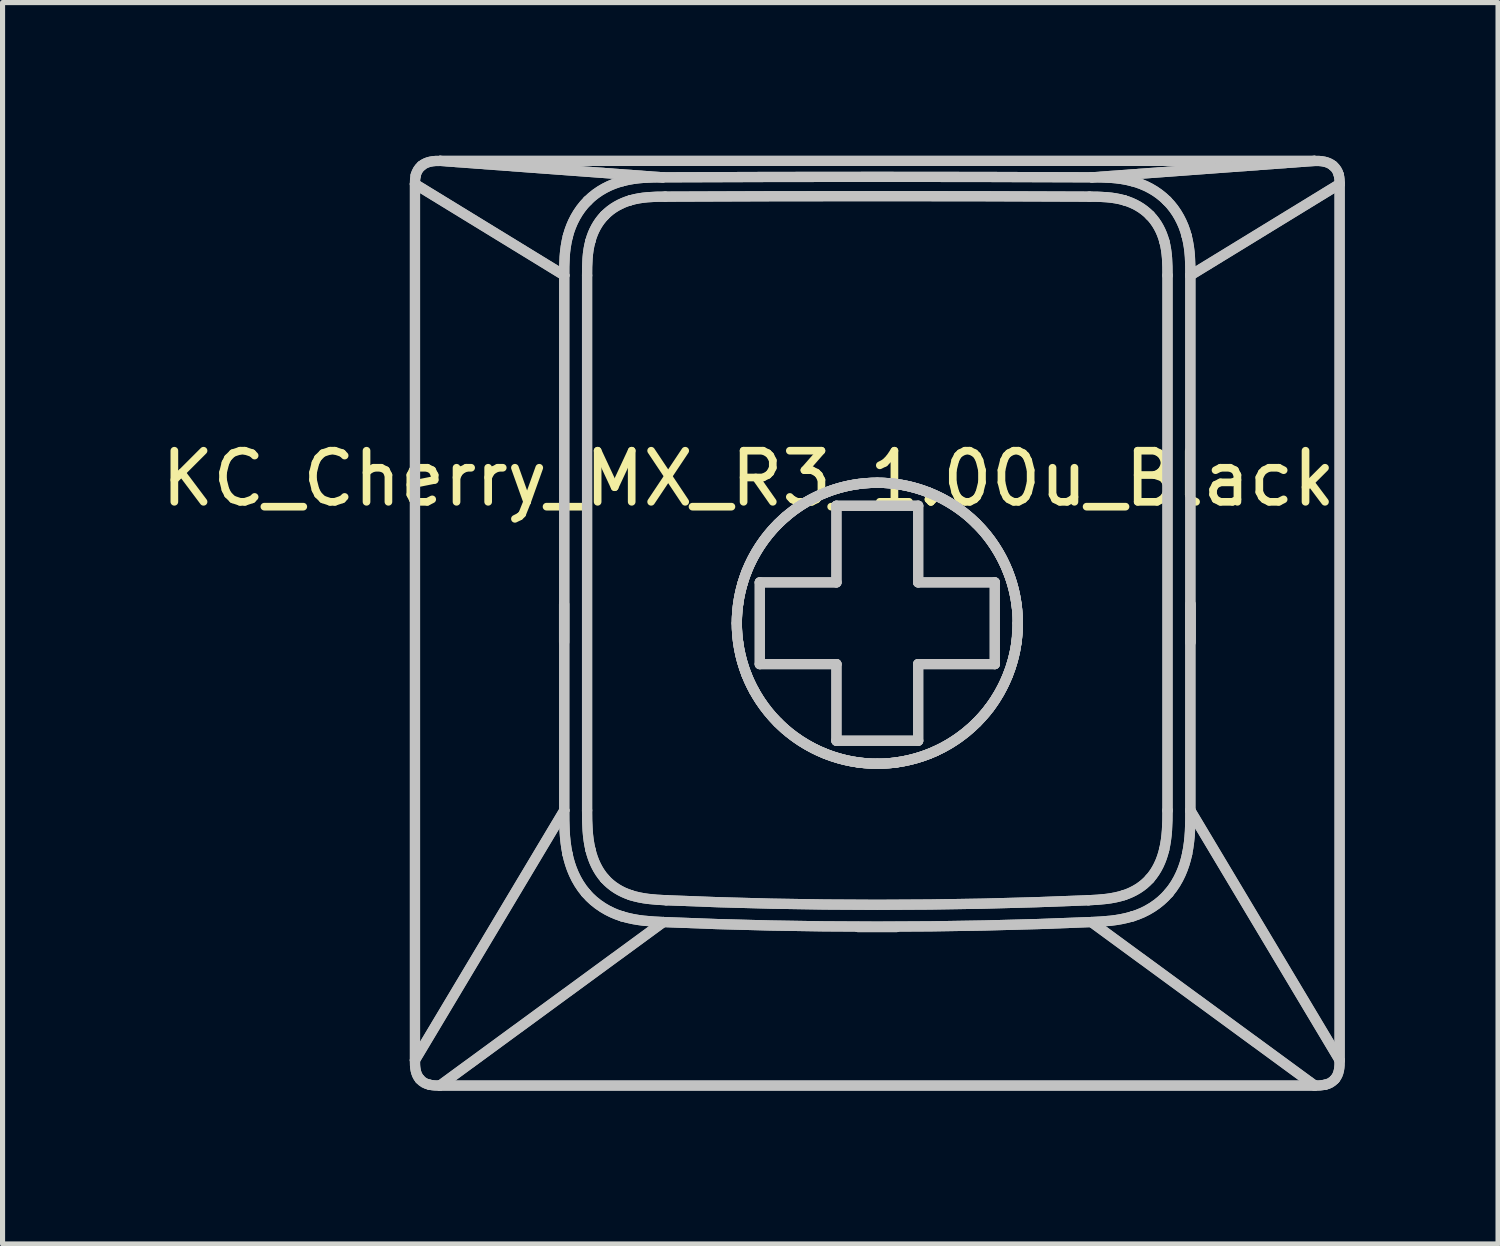
<source format=kicad_pcb>
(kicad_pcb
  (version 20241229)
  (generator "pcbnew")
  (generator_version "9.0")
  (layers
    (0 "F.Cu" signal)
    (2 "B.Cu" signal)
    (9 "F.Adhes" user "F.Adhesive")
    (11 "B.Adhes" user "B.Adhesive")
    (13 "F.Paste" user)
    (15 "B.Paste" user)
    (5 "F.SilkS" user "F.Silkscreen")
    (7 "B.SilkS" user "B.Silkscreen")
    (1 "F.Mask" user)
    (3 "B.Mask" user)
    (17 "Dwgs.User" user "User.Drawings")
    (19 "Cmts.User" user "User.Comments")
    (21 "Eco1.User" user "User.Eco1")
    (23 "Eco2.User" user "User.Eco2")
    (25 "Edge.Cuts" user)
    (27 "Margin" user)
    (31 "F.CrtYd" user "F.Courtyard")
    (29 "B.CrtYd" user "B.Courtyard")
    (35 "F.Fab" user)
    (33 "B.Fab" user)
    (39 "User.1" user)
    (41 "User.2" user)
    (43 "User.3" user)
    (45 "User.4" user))
  (footprint "KC_Cherry_MX_R3_1.00u_Black"
    (layer "F.Cu")
    (at 14.141 9.112)
    (property "Reference" "KC_Cherry_MX_R3_1.00u_Black" (at -2.54 -2.794 0) (layer "F.SilkS") (effects (font (size 1 1) (thickness 0.15))))
    (attr allow_missing_courtyard)
    (fp_line (start -9.068 -8.56) (end -6.146 -6.771) (stroke (width 0.2) (type default)) (layer "Dwgs.User"))
    (fp_line (start -9.068 -8.56) (end -6.146 -6.771) (stroke (width 0.2) (type default)) (layer "Dwgs.User"))
    (fp_line (start -9.068 8.591) (end -9.068 -8.56) (stroke (width 0.2) (type default)) (layer "Dwgs.User"))
    (fp_line (start -9.068 8.591) (end -9.068 -8.56) (stroke (width 0.2) (type default)) (layer "Dwgs.User"))
    (fp_line (start -9.068 8.591) (end -6.146 3.702) (stroke (width 0.2) (type default)) (layer "Dwgs.User"))
    (fp_line (start -9.068 8.591) (end -6.146 3.702) (stroke (width 0.2) (type default)) (layer "Dwgs.User"))
    (fp_line (start -8.58 9.088) (end -4.207 5.887) (stroke (width 0.2) (type default)) (layer "Dwgs.User"))
    (fp_line (start -8.58 9.088) (end -4.207 5.887) (stroke (width 0.2) (type default)) (layer "Dwgs.User"))
    (fp_line (start -8.575 -9.012) (end -4.216 -8.691) (stroke (width 0.2) (type default)) (layer "Dwgs.User"))
    (fp_line (start -8.575 -9.012) (end -4.216 -8.691) (stroke (width 0.2) (type default)) (layer "Dwgs.User"))
    (fp_line (start -8.575 -9.012) (end 8.539 -9.012) (stroke (width 0.2) (type default)) (layer "Dwgs.User"))
    (fp_line (start -8.575 -9.012) (end 8.539 -9.012) (stroke (width 0.2) (type default)) (layer "Dwgs.User"))
    (fp_line (start -6.149 0.412) (end -6.149 -0.338) (stroke (width 0.2) (type default)) (layer "Dwgs.User"))
    (fp_line (start -6.149 0.412) (end -6.149 -0.338) (stroke (width 0.2) (type default)) (layer "Dwgs.User"))
    (fp_line (start -6.146 -6.771) (end -6.146 3.702) (stroke (width 0.2) (type default)) (layer "Dwgs.User"))
    (fp_line (start -6.146 -6.771) (end -6.146 3.702) (stroke (width 0.2) (type default)) (layer "Dwgs.User"))
    (fp_line (start -5.699 -6.771) (end -5.699 3.702) (stroke (width 0.2) (type default)) (layer "Dwgs.User"))
    (fp_line (start -5.699 -6.771) (end -5.699 3.702) (stroke (width 0.2) (type default)) (layer "Dwgs.User"))
    (fp_line (start -2.318 -0.762) (end -0.818 -0.762) (stroke (width 0.2) (type default)) (layer "Dwgs.User"))
    (fp_line (start -2.318 -0.762) (end -0.818 -0.762) (stroke (width 0.2) (type default)) (layer "Dwgs.User"))
    (fp_line (start -2.318 0.838) (end -2.318 -0.762) (stroke (width 0.2) (type default)) (layer "Dwgs.User"))
    (fp_line (start -2.318 0.838) (end -2.318 -0.762) (stroke (width 0.2) (type default)) (layer "Dwgs.User"))
    (fp_line (start -0.818 -2.262) (end 0.782 -2.262) (stroke (width 0.2) (type default)) (layer "Dwgs.User"))
    (fp_line (start -0.818 -2.262) (end 0.782 -2.262) (stroke (width 0.2) (type default)) (layer "Dwgs.User"))
    (fp_line (start -0.818 -0.762) (end -0.818 -2.262) (stroke (width 0.2) (type default)) (layer "Dwgs.User"))
    (fp_line (start -0.818 -0.762) (end -0.818 -2.262) (stroke (width 0.2) (type default)) (layer "Dwgs.User"))
    (fp_line (start -0.818 0.838) (end -2.318 0.838) (stroke (width 0.2) (type default)) (layer "Dwgs.User"))
    (fp_line (start -0.818 0.838) (end -2.318 0.838) (stroke (width 0.2) (type default)) (layer "Dwgs.User"))
    (fp_line (start -0.818 2.338) (end -0.818 0.838) (stroke (width 0.2) (type default)) (layer "Dwgs.User"))
    (fp_line (start -0.818 2.338) (end -0.818 0.838) (stroke (width 0.2) (type default)) (layer "Dwgs.User"))
    (fp_line (start -0.393 5.985) (end 0.357 5.985) (stroke (width 0.2) (type default)) (layer "Dwgs.User"))
    (fp_line (start -0.393 5.985) (end 0.357 5.985) (stroke (width 0.2) (type default)) (layer "Dwgs.User"))
    (fp_line (start 0.782 -2.262) (end 0.782 -0.762) (stroke (width 0.2) (type default)) (layer "Dwgs.User"))
    (fp_line (start 0.782 -2.262) (end 0.782 -0.762) (stroke (width 0.2) (type default)) (layer "Dwgs.User"))
    (fp_line (start 0.782 -0.762) (end 2.282 -0.762) (stroke (width 0.2) (type default)) (layer "Dwgs.User"))
    (fp_line (start 0.782 -0.762) (end 2.282 -0.762) (stroke (width 0.2) (type default)) (layer "Dwgs.User"))
    (fp_line (start 0.782 0.838) (end 0.782 2.338) (stroke (width 0.2) (type default)) (layer "Dwgs.User"))
    (fp_line (start 0.782 0.838) (end 0.782 2.338) (stroke (width 0.2) (type default)) (layer "Dwgs.User"))
    (fp_line (start 0.782 2.338) (end -0.818 2.338) (stroke (width 0.2) (type default)) (layer "Dwgs.User"))
    (fp_line (start 0.782 2.338) (end -0.818 2.338) (stroke (width 0.2) (type default)) (layer "Dwgs.User"))
    (fp_line (start 2.282 -0.762) (end 2.282 0.838) (stroke (width 0.2) (type default)) (layer "Dwgs.User"))
    (fp_line (start 2.282 -0.762) (end 2.282 0.838) (stroke (width 0.2) (type default)) (layer "Dwgs.User"))
    (fp_line (start 2.282 0.838) (end 0.782 0.838) (stroke (width 0.2) (type default)) (layer "Dwgs.User"))
    (fp_line (start 2.282 0.838) (end 0.782 0.838) (stroke (width 0.2) (type default)) (layer "Dwgs.User"))
    (fp_line (start 2.707 0.412) (end 2.732 0.038) (stroke (width 0.2) (type default)) (layer "Dwgs.User"))
    (fp_line (start 4.181 -8.691) (end 8.539 -9.012) (stroke (width 0.2) (type default)) (layer "Dwgs.User"))
    (fp_line (start 4.181 -8.691) (end 8.539 -9.012) (stroke (width 0.2) (type default)) (layer "Dwgs.User"))
    (fp_line (start 5.663 3.702) (end 5.663 -6.771) (stroke (width 0.2) (type default)) (layer "Dwgs.User"))
    (fp_line (start 5.663 3.702) (end 5.663 -6.771) (stroke (width 0.2) (type default)) (layer "Dwgs.User"))
    (fp_line (start 6.11 -6.771) (end 9.032 -8.56) (stroke (width 0.2) (type default)) (layer "Dwgs.User"))
    (fp_line (start 6.11 -6.771) (end 9.032 -8.56) (stroke (width 0.2) (type default)) (layer "Dwgs.User"))
    (fp_line (start 6.11 3.702) (end 6.11 -6.771) (stroke (width 0.2) (type default)) (layer "Dwgs.User"))
    (fp_line (start 6.11 3.702) (end 6.11 -6.771) (stroke (width 0.2) (type default)) (layer "Dwgs.User"))
    (fp_line (start 6.113 0.412) (end 6.113 -0.338) (stroke (width 0.2) (type default)) (layer "Dwgs.User"))
    (fp_line (start 6.113 0.412) (end 6.113 -0.338) (stroke (width 0.2) (type default)) (layer "Dwgs.User"))
    (fp_line (start 8.544 9.088) (end -8.58 9.088) (stroke (width 0.2) (type default)) (layer "Dwgs.User"))
    (fp_line (start 8.544 9.088) (end -8.58 9.088) (stroke (width 0.2) (type default)) (layer "Dwgs.User"))
    (fp_line (start 8.544 9.088) (end 4.172 5.887) (stroke (width 0.2) (type default)) (layer "Dwgs.User"))
    (fp_line (start 8.544 9.088) (end 4.172 5.887) (stroke (width 0.2) (type default)) (layer "Dwgs.User"))
    (fp_line (start 9.032 -8.56) (end 9.032 8.591) (stroke (width 0.2) (type default)) (layer "Dwgs.User"))
    (fp_line (start 9.032 -8.56) (end 9.032 8.591) (stroke (width 0.2) (type default)) (layer "Dwgs.User"))
    (fp_line (start 9.032 8.591) (end 6.11 3.702) (stroke (width 0.2) (type default)) (layer "Dwgs.User"))
    (fp_line (start 9.032 8.591) (end 6.11 3.702) (stroke (width 0.2) (type default)) (layer "Dwgs.User"))
    (fp_curve (pts (xy -9.068 -8.56) (xy -9.07 -8.619) (xy -9.065 -8.678) (xy -9.052 -8.736)) (stroke (width 0.2) (type default)) (layer "Dwgs.User"))
    (fp_curve (pts (xy -9.068 -8.56) (xy -9.07 -8.619) (xy -9.065 -8.678) (xy -9.052 -8.736)) (stroke (width 0.2) (type default)) (layer "Dwgs.User"))
    (fp_curve (pts (xy -9.052 -8.736) (xy -9.033 -8.809) (xy -8.995 -8.87) (xy -8.938 -8.918)) (stroke (width 0.2) (type default)) (layer "Dwgs.User"))
    (fp_curve (pts (xy -9.052 -8.736) (xy -9.033 -8.809) (xy -8.995 -8.87) (xy -8.938 -8.918)) (stroke (width 0.2) (type default)) (layer "Dwgs.User"))
    (fp_curve (pts (xy -8.974 8.961) (xy -9.062 8.86) (xy -9.07 8.719) (xy -9.068 8.591)) (stroke (width 0.2) (type default)) (layer "Dwgs.User"))
    (fp_curve (pts (xy -8.974 8.961) (xy -9.062 8.86) (xy -9.07 8.719) (xy -9.068 8.591)) (stroke (width 0.2) (type default)) (layer "Dwgs.User"))
    (fp_curve (pts (xy -8.938 -8.918) (xy -8.837 -9.002) (xy -8.701 -9.015) (xy -8.575 -9.012)) (stroke (width 0.2) (type default)) (layer "Dwgs.User"))
    (fp_curve (pts (xy -8.938 -8.918) (xy -8.837 -9.002) (xy -8.701 -9.015) (xy -8.575 -9.012)) (stroke (width 0.2) (type default)) (layer "Dwgs.User"))
    (fp_curve (pts (xy -8.78 9.072) (xy -8.857 9.057) (xy -8.922 9.02) (xy -8.974 8.961)) (stroke (width 0.2) (type default)) (layer "Dwgs.User"))
    (fp_curve (pts (xy -8.78 9.072) (xy -8.857 9.057) (xy -8.922 9.02) (xy -8.974 8.961)) (stroke (width 0.2) (type default)) (layer "Dwgs.User"))
    (fp_curve (pts (xy -8.58 9.088) (xy -8.647 9.09) (xy -8.714 9.085) (xy -8.78 9.072)) (stroke (width 0.2) (type default)) (layer "Dwgs.User"))
    (fp_curve (pts (xy -8.58 9.088) (xy -8.647 9.09) (xy -8.714 9.085) (xy -8.78 9.072)) (stroke (width 0.2) (type default)) (layer "Dwgs.User"))
    (fp_curve (pts (xy -6.146 -6.771) (xy -6.146 -6.995) (xy -6.148 -7.259) (xy -6.074 -7.542)) (stroke (width 0.2) (type default)) (layer "Dwgs.User"))
    (fp_curve (pts (xy -6.146 -6.771) (xy -6.146 -6.995) (xy -6.148 -7.259) (xy -6.074 -7.542)) (stroke (width 0.2) (type default)) (layer "Dwgs.User"))
    (fp_curve (pts (xy -6.082 4.557) (xy -6.147 4.248) (xy -6.145 3.961) (xy -6.146 3.702)) (stroke (width 0.2) (type default)) (layer "Dwgs.User"))
    (fp_curve (pts (xy -6.082 4.557) (xy -6.147 4.248) (xy -6.145 3.961) (xy -6.146 3.702)) (stroke (width 0.2) (type default)) (layer "Dwgs.User"))
    (fp_curve (pts (xy -6.074 -7.542) (xy -6.011 -7.787) (xy -5.881 -8.04) (xy -5.687 -8.232)) (stroke (width 0.2) (type default)) (layer "Dwgs.User"))
    (fp_curve (pts (xy -6.074 -7.542) (xy -6.011 -7.787) (xy -5.881 -8.04) (xy -5.687 -8.232)) (stroke (width 0.2) (type default)) (layer "Dwgs.User"))
    (fp_curve (pts (xy -5.724 5.317) (xy -5.923 5.084) (xy -6.029 4.809) (xy -6.082 4.557)) (stroke (width 0.2) (type default)) (layer "Dwgs.User"))
    (fp_curve (pts (xy -5.724 5.317) (xy -5.923 5.084) (xy -6.029 4.809) (xy -6.082 4.557)) (stroke (width 0.2) (type default)) (layer "Dwgs.User"))
    (fp_curve (pts (xy -5.699 -6.771) (xy -5.699 -6.995) (xy -5.695 -7.223) (xy -5.635 -7.44)) (stroke (width 0.2) (type default)) (layer "Dwgs.User"))
    (fp_curve (pts (xy -5.699 -6.771) (xy -5.699 -6.995) (xy -5.695 -7.223) (xy -5.635 -7.44)) (stroke (width 0.2) (type default)) (layer "Dwgs.User"))
    (fp_curve (pts (xy -5.687 -8.232) (xy -5.491 -8.43) (xy -5.24 -8.556) (xy -4.999 -8.617)) (stroke (width 0.2) (type default)) (layer "Dwgs.User"))
    (fp_curve (pts (xy -5.687 -8.232) (xy -5.491 -8.43) (xy -5.24 -8.556) (xy -4.999 -8.617)) (stroke (width 0.2) (type default)) (layer "Dwgs.User"))
    (fp_curve (pts (xy -5.635 -7.44) (xy -5.585 -7.629) (xy -5.491 -7.807) (xy -5.356 -7.945)) (stroke (width 0.2) (type default)) (layer "Dwgs.User"))
    (fp_curve (pts (xy -5.635 -7.44) (xy -5.585 -7.629) (xy -5.491 -7.807) (xy -5.356 -7.945)) (stroke (width 0.2) (type default)) (layer "Dwgs.User"))
    (fp_curve (pts (xy -5.632 4.475) (xy -5.693 4.223) (xy -5.699 3.961) (xy -5.699 3.702)) (stroke (width 0.2) (type default)) (layer "Dwgs.User"))
    (fp_curve (pts (xy -5.632 4.475) (xy -5.693 4.223) (xy -5.699 3.961) (xy -5.699 3.702)) (stroke (width 0.2) (type default)) (layer "Dwgs.User"))
    (fp_curve (pts (xy -5.356 -7.945) (xy -5.218 -8.088) (xy -5.041 -8.186) (xy -4.853 -8.241)) (stroke (width 0.2) (type default)) (layer "Dwgs.User"))
    (fp_curve (pts (xy -5.356 -7.945) (xy -5.218 -8.088) (xy -5.041 -8.186) (xy -4.853 -8.241)) (stroke (width 0.2) (type default)) (layer "Dwgs.User"))
    (fp_curve (pts (xy -5.351 5.039) (xy -5.492 4.881) (xy -5.582 4.682) (xy -5.632 4.475)) (stroke (width 0.2) (type default)) (layer "Dwgs.User"))
    (fp_curve (pts (xy -5.351 5.039) (xy -5.492 4.881) (xy -5.582 4.682) (xy -5.632 4.475)) (stroke (width 0.2) (type default)) (layer "Dwgs.User"))
    (fp_curve (pts (xy -5.019 5.774) (xy -5.269 5.699) (xy -5.535 5.541) (xy -5.724 5.317)) (stroke (width 0.2) (type default)) (layer "Dwgs.User"))
    (fp_curve (pts (xy -5.019 5.774) (xy -5.269 5.699) (xy -5.535 5.541) (xy -5.724 5.317)) (stroke (width 0.2) (type default)) (layer "Dwgs.User"))
    (fp_curve (pts (xy -4.999 -8.617) (xy -4.715 -8.691) (xy -4.448 -8.689) (xy -4.216 -8.691)) (stroke (width 0.2) (type default)) (layer "Dwgs.User"))
    (fp_curve (pts (xy -4.999 -8.617) (xy -4.715 -8.691) (xy -4.448 -8.689) (xy -4.216 -8.691)) (stroke (width 0.2) (type default)) (layer "Dwgs.User"))
    (fp_curve (pts (xy -4.853 -8.241) (xy -4.632 -8.305) (xy -4.399 -8.313) (xy -4.169 -8.313)) (stroke (width 0.2) (type default)) (layer "Dwgs.User"))
    (fp_curve (pts (xy -4.853 -8.241) (xy -4.632 -8.305) (xy -4.399 -8.313) (xy -4.169 -8.313)) (stroke (width 0.2) (type default)) (layer "Dwgs.User"))
    (fp_curve (pts (xy -4.851 5.359) (xy -5.04 5.297) (xy -5.217 5.19) (xy -5.351 5.039)) (stroke (width 0.2) (type default)) (layer "Dwgs.User"))
    (fp_curve (pts (xy -4.851 5.359) (xy -5.04 5.297) (xy -5.217 5.19) (xy -5.351 5.039)) (stroke (width 0.2) (type default)) (layer "Dwgs.User"))
    (fp_curve (pts (xy -4.207 5.887) (xy -4.446 5.875) (xy -4.72 5.866) (xy -5.019 5.774)) (stroke (width 0.2) (type default)) (layer "Dwgs.User"))
    (fp_curve (pts (xy -4.207 5.887) (xy -4.446 5.875) (xy -4.72 5.866) (xy -5.019 5.774)) (stroke (width 0.2) (type default)) (layer "Dwgs.User"))
    (fp_curve (pts (xy -4.207 5.887) (xy -1.43 6.007) (xy 1.395 6.007) (xy 4.172 5.887)) (stroke (width 0.2) (type default)) (layer "Dwgs.User"))
    (fp_curve (pts (xy -4.207 5.887) (xy -1.43 6.007) (xy 1.395 6.007) (xy 4.172 5.887)) (stroke (width 0.2) (type default)) (layer "Dwgs.User"))
    (fp_curve (pts (xy -4.151 5.46) (xy -4.387 5.45) (xy -4.626 5.433) (xy -4.851 5.359)) (stroke (width 0.2) (type default)) (layer "Dwgs.User"))
    (fp_curve (pts (xy -4.151 5.46) (xy -4.387 5.45) (xy -4.626 5.433) (xy -4.851 5.359)) (stroke (width 0.2) (type default)) (layer "Dwgs.User"))
    (fp_curve (pts (xy -4.151 5.46) (xy -1.411 5.579) (xy 1.376 5.579) (xy 4.116 5.46)) (stroke (width 0.2) (type default)) (layer "Dwgs.User"))
    (fp_curve (pts (xy -4.151 5.46) (xy -1.411 5.579) (xy 1.376 5.579) (xy 4.116 5.46)) (stroke (width 0.2) (type default)) (layer "Dwgs.User"))
    (fp_curve (pts (xy -2.768 0.038) (xy -2.768 0.361) (xy -2.709 0.711) (xy -2.575 1.05)) (stroke (width 0.2) (type default)) (layer "Dwgs.User"))
    (fp_curve (pts (xy -2.768 0.038) (xy -2.768 0.361) (xy -2.709 0.711) (xy -2.575 1.05)) (stroke (width 0.2) (type default)) (layer "Dwgs.User"))
    (fp_curve (pts (xy -2.742 -0.338) (xy -2.776 -0.088) (xy -2.776 0.162) (xy -2.742 0.412)) (stroke (width 0.2) (type default)) (layer "Dwgs.User"))
    (fp_curve (pts (xy -2.742 -0.338) (xy -2.776 -0.088) (xy -2.776 0.162) (xy -2.742 0.412)) (stroke (width 0.2) (type default)) (layer "Dwgs.User"))
    (fp_curve (pts (xy -2.742 -0.338) (xy -2.722 -0.48) (xy -2.693 -0.617) (xy -2.653 -0.749)) (stroke (width 0.2) (type default)) (layer "Dwgs.User"))
    (fp_curve (pts (xy -2.742 -0.338) (xy -2.722 -0.48) (xy -2.693 -0.617) (xy -2.653 -0.749)) (stroke (width 0.2) (type default)) (layer "Dwgs.User"))
    (fp_curve (pts (xy -2.653 -0.749) (xy -2.514 -1.224) (xy -2.22 -1.7) (xy -1.808 -2.05)) (stroke (width 0.2) (type default)) (layer "Dwgs.User"))
    (fp_curve (pts (xy -2.653 -0.749) (xy -2.514 -1.224) (xy -2.22 -1.7) (xy -1.808 -2.05)) (stroke (width 0.2) (type default)) (layer "Dwgs.User"))
    (fp_curve (pts (xy -2.575 -0.975) (xy -2.709 -0.636) (xy -2.768 -0.286) (xy -2.768 0.038)) (stroke (width 0.2) (type default)) (layer "Dwgs.User"))
    (fp_curve (pts (xy -2.575 -0.975) (xy -2.709 -0.636) (xy -2.768 -0.286) (xy -2.768 0.038)) (stroke (width 0.2) (type default)) (layer "Dwgs.User"))
    (fp_curve (pts (xy -2.575 1.05) (xy -2.441 1.389) (xy -2.231 1.714) (xy -1.962 1.982)) (stroke (width 0.2) (type default)) (layer "Dwgs.User"))
    (fp_curve (pts (xy -2.575 1.05) (xy -2.441 1.389) (xy -2.231 1.714) (xy -1.962 1.982)) (stroke (width 0.2) (type default)) (layer "Dwgs.User"))
    (fp_curve (pts (xy -2.428 1.362) (xy -2.589 1.071) (xy -2.697 0.744) (xy -2.742 0.412)) (stroke (width 0.2) (type default)) (layer "Dwgs.User"))
    (fp_curve (pts (xy -2.428 1.362) (xy -2.589 1.071) (xy -2.697 0.744) (xy -2.742 0.412)) (stroke (width 0.2) (type default)) (layer "Dwgs.User"))
    (fp_curve (pts (xy -1.962 -1.907) (xy -2.231 -1.639) (xy -2.441 -1.313) (xy -2.575 -0.975)) (stroke (width 0.2) (type default)) (layer "Dwgs.User"))
    (fp_curve (pts (xy -1.962 -1.907) (xy -2.231 -1.639) (xy -2.441 -1.313) (xy -2.575 -0.975)) (stroke (width 0.2) (type default)) (layer "Dwgs.User"))
    (fp_curve (pts (xy -1.962 1.982) (xy -1.694 2.251) (xy -1.369 2.461) (xy -1.03 2.595)) (stroke (width 0.2) (type default)) (layer "Dwgs.User"))
    (fp_curve (pts (xy -1.962 1.982) (xy -1.694 2.251) (xy -1.369 2.461) (xy -1.03 2.595)) (stroke (width 0.2) (type default)) (layer "Dwgs.User"))
    (fp_curve (pts (xy -1.825 2.111) (xy -2.058 1.908) (xy -2.268 1.653) (xy -2.428 1.362)) (stroke (width 0.2) (type default)) (layer "Dwgs.User"))
    (fp_curve (pts (xy -1.825 2.111) (xy -2.058 1.908) (xy -2.268 1.653) (xy -2.428 1.362)) (stroke (width 0.2) (type default)) (layer "Dwgs.User"))
    (fp_curve (pts (xy -1.808 -2.05) (xy -1.399 -2.404) (xy -0.884 -2.622) (xy -0.393 -2.687)) (stroke (width 0.2) (type default)) (layer "Dwgs.User"))
    (fp_curve (pts (xy -1.808 -2.05) (xy -1.399 -2.404) (xy -0.884 -2.622) (xy -0.393 -2.687)) (stroke (width 0.2) (type default)) (layer "Dwgs.User"))
    (fp_curve (pts (xy -1.03 -2.519) (xy -1.369 -2.386) (xy -1.694 -2.176) (xy -1.962 -1.907)) (stroke (width 0.2) (type default)) (layer "Dwgs.User"))
    (fp_curve (pts (xy -1.03 -2.519) (xy -1.369 -2.386) (xy -1.694 -2.176) (xy -1.962 -1.907)) (stroke (width 0.2) (type default)) (layer "Dwgs.User"))
    (fp_curve (pts (xy -1.03 2.595) (xy -0.691 2.729) (xy -0.342 2.788) (xy -0.018 2.788)) (stroke (width 0.2) (type default)) (layer "Dwgs.User"))
    (fp_curve (pts (xy -1.03 2.595) (xy -0.691 2.729) (xy -0.342 2.788) (xy -0.018 2.788)) (stroke (width 0.2) (type default)) (layer "Dwgs.User"))
    (fp_curve (pts (xy -0.393 2.762) (xy -0.936 2.69) (xy -1.448 2.443) (xy -1.825 2.111)) (stroke (width 0.2) (type default)) (layer "Dwgs.User"))
    (fp_curve (pts (xy -0.393 2.762) (xy -0.936 2.69) (xy -1.448 2.443) (xy -1.825 2.111)) (stroke (width 0.2) (type default)) (layer "Dwgs.User"))
    (fp_curve (pts (xy -0.018 -2.712) (xy -0.342 -2.713) (xy -0.691 -2.654) (xy -1.03 -2.519)) (stroke (width 0.2) (type default)) (layer "Dwgs.User"))
    (fp_curve (pts (xy -0.018 -2.712) (xy -0.342 -2.713) (xy -0.691 -2.654) (xy -1.03 -2.519)) (stroke (width 0.2) (type default)) (layer "Dwgs.User"))
    (fp_curve (pts (xy -0.018 2.788) (xy 0.306 2.788) (xy 0.656 2.729) (xy 0.994 2.595)) (stroke (width 0.2) (type default)) (layer "Dwgs.User"))
    (fp_curve (pts (xy -0.018 2.788) (xy 0.306 2.788) (xy 0.656 2.729) (xy 0.994 2.595)) (stroke (width 0.2) (type default)) (layer "Dwgs.User"))
    (fp_curve (pts (xy 0.357 -2.687) (xy 0.107 -2.721) (xy -0.143 -2.721) (xy -0.393 -2.687)) (stroke (width 0.2) (type default)) (layer "Dwgs.User"))
    (fp_curve (pts (xy 0.357 -2.687) (xy 0.107 -2.721) (xy -0.143 -2.721) (xy -0.393 -2.687)) (stroke (width 0.2) (type default)) (layer "Dwgs.User"))
    (fp_curve (pts (xy 0.357 -2.687) (xy 0.892 -2.617) (xy 1.472 -2.359) (xy 1.911 -1.922)) (stroke (width 0.2) (type default)) (layer "Dwgs.User"))
    (fp_curve (pts (xy 0.357 -2.687) (xy 0.892 -2.617) (xy 1.472 -2.359) (xy 1.911 -1.922)) (stroke (width 0.2) (type default)) (layer "Dwgs.User"))
    (fp_curve (pts (xy 0.357 2.762) (xy 0.107 2.796) (xy -0.143 2.796) (xy -0.393 2.762)) (stroke (width 0.2) (type default)) (layer "Dwgs.User"))
    (fp_curve (pts (xy 0.357 2.762) (xy 0.107 2.796) (xy -0.143 2.796) (xy -0.393 2.762)) (stroke (width 0.2) (type default)) (layer "Dwgs.User"))
    (fp_curve (pts (xy 0.994 -2.519) (xy 0.656 -2.654) (xy 0.306 -2.713) (xy -0.018 -2.712)) (stroke (width 0.2) (type default)) (layer "Dwgs.User"))
    (fp_curve (pts (xy 0.994 -2.519) (xy 0.656 -2.654) (xy 0.306 -2.713) (xy -0.018 -2.712)) (stroke (width 0.2) (type default)) (layer "Dwgs.User"))
    (fp_curve (pts (xy 0.994 2.595) (xy 1.333 2.461) (xy 1.658 2.251) (xy 1.927 1.982)) (stroke (width 0.2) (type default)) (layer "Dwgs.User"))
    (fp_curve (pts (xy 0.994 2.595) (xy 1.333 2.461) (xy 1.658 2.251) (xy 1.927 1.982)) (stroke (width 0.2) (type default)) (layer "Dwgs.User"))
    (fp_curve (pts (xy 1.121 2.541) (xy 0.885 2.649) (xy 0.63 2.723) (xy 0.357 2.762)) (stroke (width 0.2) (type default)) (layer "Dwgs.User"))
    (fp_curve (pts (xy 1.121 2.541) (xy 0.885 2.649) (xy 0.63 2.723) (xy 0.357 2.762)) (stroke (width 0.2) (type default)) (layer "Dwgs.User"))
    (fp_curve (pts (xy 1.911 -1.922) (xy 2.355 -1.491) (xy 2.634 -0.899) (xy 2.706 -0.338)) (stroke (width 0.2) (type default)) (layer "Dwgs.User"))
    (fp_curve (pts (xy 1.911 -1.922) (xy 2.355 -1.491) (xy 2.634 -0.899) (xy 2.706 -0.338)) (stroke (width 0.2) (type default)) (layer "Dwgs.User"))
    (fp_curve (pts (xy 1.927 -1.907) (xy 1.658 -2.176) (xy 1.333 -2.386) (xy 0.994 -2.519)) (stroke (width 0.2) (type default)) (layer "Dwgs.User"))
    (fp_curve (pts (xy 1.927 -1.907) (xy 1.658 -2.176) (xy 1.333 -2.386) (xy 0.994 -2.519)) (stroke (width 0.2) (type default)) (layer "Dwgs.User"))
    (fp_curve (pts (xy 1.927 1.982) (xy 2.196 1.714) (xy 2.406 1.389) (xy 2.539 1.05)) (stroke (width 0.2) (type default)) (layer "Dwgs.User"))
    (fp_curve (pts (xy 1.927 1.982) (xy 2.196 1.714) (xy 2.406 1.389) (xy 2.539 1.05)) (stroke (width 0.2) (type default)) (layer "Dwgs.User"))
    (fp_curve (pts (xy 2.18 1.691) (xy 1.897 2.069) (xy 1.517 2.363) (xy 1.121 2.541)) (stroke (width 0.2) (type default)) (layer "Dwgs.User"))
    (fp_curve (pts (xy 2.18 1.691) (xy 1.897 2.069) (xy 1.517 2.363) (xy 1.121 2.541)) (stroke (width 0.2) (type default)) (layer "Dwgs.User"))
    (fp_curve (pts (xy 2.539 -0.975) (xy 2.406 -1.313) (xy 2.196 -1.639) (xy 1.927 -1.907)) (stroke (width 0.2) (type default)) (layer "Dwgs.User"))
    (fp_curve (pts (xy 2.539 -0.975) (xy 2.406 -1.313) (xy 2.196 -1.639) (xy 1.927 -1.907)) (stroke (width 0.2) (type default)) (layer "Dwgs.User"))
    (fp_curve (pts (xy 2.539 1.05) (xy 2.674 0.711) (xy 2.733 0.361) (xy 2.732 0.038)) (stroke (width 0.2) (type default)) (layer "Dwgs.User"))
    (fp_curve (pts (xy 2.539 1.05) (xy 2.674 0.711) (xy 2.733 0.361) (xy 2.732 0.038)) (stroke (width 0.2) (type default)) (layer "Dwgs.User"))
    (fp_curve (pts (xy 2.706 -0.338) (xy 2.724 -0.213) (xy 2.732 -0.088) (xy 2.732 0.038)) (stroke (width 0.2) (type default)) (layer "Dwgs.User"))
    (fp_curve (pts (xy 2.706 -0.338) (xy 2.724 -0.213) (xy 2.732 -0.088) (xy 2.732 0.038)) (stroke (width 0.2) (type default)) (layer "Dwgs.User"))
    (fp_curve (pts (xy 2.707 0.412) (xy 2.647 0.858) (xy 2.465 1.314) (xy 2.18 1.691)) (stroke (width 0.2) (type default)) (layer "Dwgs.User"))
    (fp_curve (pts (xy 2.707 0.412) (xy 2.647 0.858) (xy 2.465 1.314) (xy 2.18 1.691)) (stroke (width 0.2) (type default)) (layer "Dwgs.User"))
    (fp_curve (pts (xy 2.732 0.038) (xy 2.733 -0.286) (xy 2.674 -0.636) (xy 2.539 -0.975)) (stroke (width 0.2) (type default)) (layer "Dwgs.User"))
    (fp_curve (pts (xy 2.732 0.038) (xy 2.733 -0.286) (xy 2.674 -0.636) (xy 2.539 -0.975)) (stroke (width 0.2) (type default)) (layer "Dwgs.User"))
    (fp_curve (pts (xy 2.732 0.038) (xy 2.732 0.163) (xy 2.724 0.288) (xy 2.707 0.412)) (stroke (width 0.2) (type default)) (layer "Dwgs.User"))
    (fp_curve (pts (xy 2.732 0.038) (xy 2.732 0.163) (xy 2.724 0.288) (xy 2.707 0.412)) (stroke (width 0.2) (type default)) (layer "Dwgs.User"))
    (fp_curve (pts (xy 4.134 -8.313) (xy 1.38 -8.326) (xy -1.416 -8.326) (xy -4.169 -8.313)) (stroke (width 0.2) (type default)) (layer "Dwgs.User"))
    (fp_curve (pts (xy 4.134 -8.313) (xy 1.38 -8.326) (xy -1.416 -8.326) (xy -4.169 -8.313)) (stroke (width 0.2) (type default)) (layer "Dwgs.User"))
    (fp_curve (pts (xy 4.134 -8.313) (xy 4.363 -8.313) (xy 4.596 -8.305) (xy 4.817 -8.241)) (stroke (width 0.2) (type default)) (layer "Dwgs.User"))
    (fp_curve (pts (xy 4.134 -8.313) (xy 4.363 -8.313) (xy 4.596 -8.305) (xy 4.817 -8.241)) (stroke (width 0.2) (type default)) (layer "Dwgs.User"))
    (fp_curve (pts (xy 4.181 -8.691) (xy 1.396 -8.703) (xy -1.432 -8.703) (xy -4.216 -8.691)) (stroke (width 0.2) (type default)) (layer "Dwgs.User"))
    (fp_curve (pts (xy 4.181 -8.691) (xy 1.396 -8.703) (xy -1.432 -8.703) (xy -4.216 -8.691)) (stroke (width 0.2) (type default)) (layer "Dwgs.User"))
    (fp_curve (pts (xy 4.181 -8.691) (xy 4.413 -8.689) (xy 4.68 -8.691) (xy 4.964 -8.617)) (stroke (width 0.2) (type default)) (layer "Dwgs.User"))
    (fp_curve (pts (xy 4.181 -8.691) (xy 4.413 -8.689) (xy 4.68 -8.691) (xy 4.964 -8.617)) (stroke (width 0.2) (type default)) (layer "Dwgs.User"))
    (fp_curve (pts (xy 4.815 5.359) (xy 4.59 5.433) (xy 4.352 5.45) (xy 4.116 5.46)) (stroke (width 0.2) (type default)) (layer "Dwgs.User"))
    (fp_curve (pts (xy 4.815 5.359) (xy 4.59 5.433) (xy 4.352 5.45) (xy 4.116 5.46)) (stroke (width 0.2) (type default)) (layer "Dwgs.User"))
    (fp_curve (pts (xy 4.817 -8.241) (xy 5.005 -8.186) (xy 5.182 -8.088) (xy 5.32 -7.945)) (stroke (width 0.2) (type default)) (layer "Dwgs.User"))
    (fp_curve (pts (xy 4.817 -8.241) (xy 5.005 -8.186) (xy 5.182 -8.088) (xy 5.32 -7.945)) (stroke (width 0.2) (type default)) (layer "Dwgs.User"))
    (fp_curve (pts (xy 4.964 -8.617) (xy 5.205 -8.556) (xy 5.455 -8.43) (xy 5.652 -8.232)) (stroke (width 0.2) (type default)) (layer "Dwgs.User"))
    (fp_curve (pts (xy 4.964 -8.617) (xy 5.205 -8.556) (xy 5.455 -8.43) (xy 5.652 -8.232)) (stroke (width 0.2) (type default)) (layer "Dwgs.User"))
    (fp_curve (pts (xy 4.983 5.774) (xy 4.685 5.866) (xy 4.411 5.875) (xy 4.172 5.887)) (stroke (width 0.2) (type default)) (layer "Dwgs.User"))
    (fp_curve (pts (xy 4.983 5.774) (xy 4.685 5.866) (xy 4.411 5.875) (xy 4.172 5.887)) (stroke (width 0.2) (type default)) (layer "Dwgs.User"))
    (fp_curve (pts (xy 5.315 5.039) (xy 5.182 5.19) (xy 5.005 5.297) (xy 4.815 5.359)) (stroke (width 0.2) (type default)) (layer "Dwgs.User"))
    (fp_curve (pts (xy 5.315 5.039) (xy 5.182 5.19) (xy 5.005 5.297) (xy 4.815 5.359)) (stroke (width 0.2) (type default)) (layer "Dwgs.User"))
    (fp_curve (pts (xy 5.32 -7.945) (xy 5.456 -7.807) (xy 5.549 -7.629) (xy 5.6 -7.44)) (stroke (width 0.2) (type default)) (layer "Dwgs.User"))
    (fp_curve (pts (xy 5.32 -7.945) (xy 5.456 -7.807) (xy 5.549 -7.629) (xy 5.6 -7.44)) (stroke (width 0.2) (type default)) (layer "Dwgs.User"))
    (fp_curve (pts (xy 5.596 4.475) (xy 5.547 4.682) (xy 5.456 4.881) (xy 5.315 5.039)) (stroke (width 0.2) (type default)) (layer "Dwgs.User"))
    (fp_curve (pts (xy 5.596 4.475) (xy 5.547 4.682) (xy 5.456 4.881) (xy 5.315 5.039)) (stroke (width 0.2) (type default)) (layer "Dwgs.User"))
    (fp_curve (pts (xy 5.6 -7.44) (xy 5.659 -7.223) (xy 5.663 -6.995) (xy 5.663 -6.771)) (stroke (width 0.2) (type default)) (layer "Dwgs.User"))
    (fp_curve (pts (xy 5.6 -7.44) (xy 5.659 -7.223) (xy 5.663 -6.995) (xy 5.663 -6.771)) (stroke (width 0.2) (type default)) (layer "Dwgs.User"))
    (fp_curve (pts (xy 5.652 -8.232) (xy 5.845 -8.04) (xy 5.976 -7.787) (xy 6.038 -7.542)) (stroke (width 0.2) (type default)) (layer "Dwgs.User"))
    (fp_curve (pts (xy 5.652 -8.232) (xy 5.845 -8.04) (xy 5.976 -7.787) (xy 6.038 -7.542)) (stroke (width 0.2) (type default)) (layer "Dwgs.User"))
    (fp_curve (pts (xy 5.663 3.702) (xy 5.663 3.961) (xy 5.657 4.223) (xy 5.596 4.475)) (stroke (width 0.2) (type default)) (layer "Dwgs.User"))
    (fp_curve (pts (xy 5.663 3.702) (xy 5.663 3.961) (xy 5.657 4.223) (xy 5.596 4.475)) (stroke (width 0.2) (type default)) (layer "Dwgs.User"))
    (fp_curve (pts (xy 5.688 5.317) (xy 5.499 5.541) (xy 5.234 5.699) (xy 4.983 5.774)) (stroke (width 0.2) (type default)) (layer "Dwgs.User"))
    (fp_curve (pts (xy 5.688 5.317) (xy 5.499 5.541) (xy 5.234 5.699) (xy 4.983 5.774)) (stroke (width 0.2) (type default)) (layer "Dwgs.User"))
    (fp_curve (pts (xy 6.038 -7.542) (xy 6.112 -7.259) (xy 6.11 -6.995) (xy 6.11 -6.771)) (stroke (width 0.2) (type default)) (layer "Dwgs.User"))
    (fp_curve (pts (xy 6.038 -7.542) (xy 6.112 -7.259) (xy 6.11 -6.995) (xy 6.11 -6.771)) (stroke (width 0.2) (type default)) (layer "Dwgs.User"))
    (fp_curve (pts (xy 6.046 4.557) (xy 5.993 4.809) (xy 5.887 5.084) (xy 5.688 5.317)) (stroke (width 0.2) (type default)) (layer "Dwgs.User"))
    (fp_curve (pts (xy 6.046 4.557) (xy 5.993 4.809) (xy 5.887 5.084) (xy 5.688 5.317)) (stroke (width 0.2) (type default)) (layer "Dwgs.User"))
    (fp_curve (pts (xy 6.11 3.702) (xy 6.11 3.961) (xy 6.111 4.248) (xy 6.046 4.557)) (stroke (width 0.2) (type default)) (layer "Dwgs.User"))
    (fp_curve (pts (xy 6.11 3.702) (xy 6.11 3.961) (xy 6.111 4.248) (xy 6.046 4.557)) (stroke (width 0.2) (type default)) (layer "Dwgs.User"))
    (fp_curve (pts (xy 8.539 -9.012) (xy 8.665 -9.015) (xy 8.802 -9.002) (xy 8.902 -8.918)) (stroke (width 0.2) (type default)) (layer "Dwgs.User"))
    (fp_curve (pts (xy 8.539 -9.012) (xy 8.665 -9.015) (xy 8.802 -9.002) (xy 8.902 -8.918)) (stroke (width 0.2) (type default)) (layer "Dwgs.User"))
    (fp_curve (pts (xy 8.745 9.072) (xy 8.678 9.085) (xy 8.612 9.09) (xy 8.544 9.088)) (stroke (width 0.2) (type default)) (layer "Dwgs.User"))
    (fp_curve (pts (xy 8.745 9.072) (xy 8.678 9.085) (xy 8.612 9.09) (xy 8.544 9.088)) (stroke (width 0.2) (type default)) (layer "Dwgs.User"))
    (fp_curve (pts (xy 8.902 -8.918) (xy 8.96 -8.87) (xy 8.998 -8.809) (xy 9.016 -8.736)) (stroke (width 0.2) (type default)) (layer "Dwgs.User"))
    (fp_curve (pts (xy 8.902 -8.918) (xy 8.96 -8.87) (xy 8.998 -8.809) (xy 9.016 -8.736)) (stroke (width 0.2) (type default)) (layer "Dwgs.User"))
    (fp_curve (pts (xy 8.939 8.961) (xy 8.886 9.02) (xy 8.822 9.057) (xy 8.745 9.072)) (stroke (width 0.2) (type default)) (layer "Dwgs.User"))
    (fp_curve (pts (xy 8.939 8.961) (xy 8.886 9.02) (xy 8.822 9.057) (xy 8.745 9.072)) (stroke (width 0.2) (type default)) (layer "Dwgs.User"))
    (fp_curve (pts (xy 9.016 -8.736) (xy 9.029 -8.678) (xy 9.035 -8.619) (xy 9.032 -8.56)) (stroke (width 0.2) (type default)) (layer "Dwgs.User"))
    (fp_curve (pts (xy 9.016 -8.736) (xy 9.029 -8.678) (xy 9.035 -8.619) (xy 9.032 -8.56)) (stroke (width 0.2) (type default)) (layer "Dwgs.User"))
    (fp_curve (pts (xy 9.032 8.591) (xy 9.034 8.719) (xy 9.026 8.86) (xy 8.939 8.961)) (stroke (width 0.2) (type default)) (layer "Dwgs.User"))
    (fp_curve (pts (xy 9.032 8.591) (xy 9.034 8.719) (xy 9.026 8.86) (xy 8.939 8.961)) (stroke (width 0.2) (type default)) (layer "Dwgs.User")))
  (gr_rect
    (start -3 -3)
    (end 26.274 21.3)
    (stroke (width 0.1) (type default))
    (fill no)
    (layer "Edge.Cuts")))
</source>
